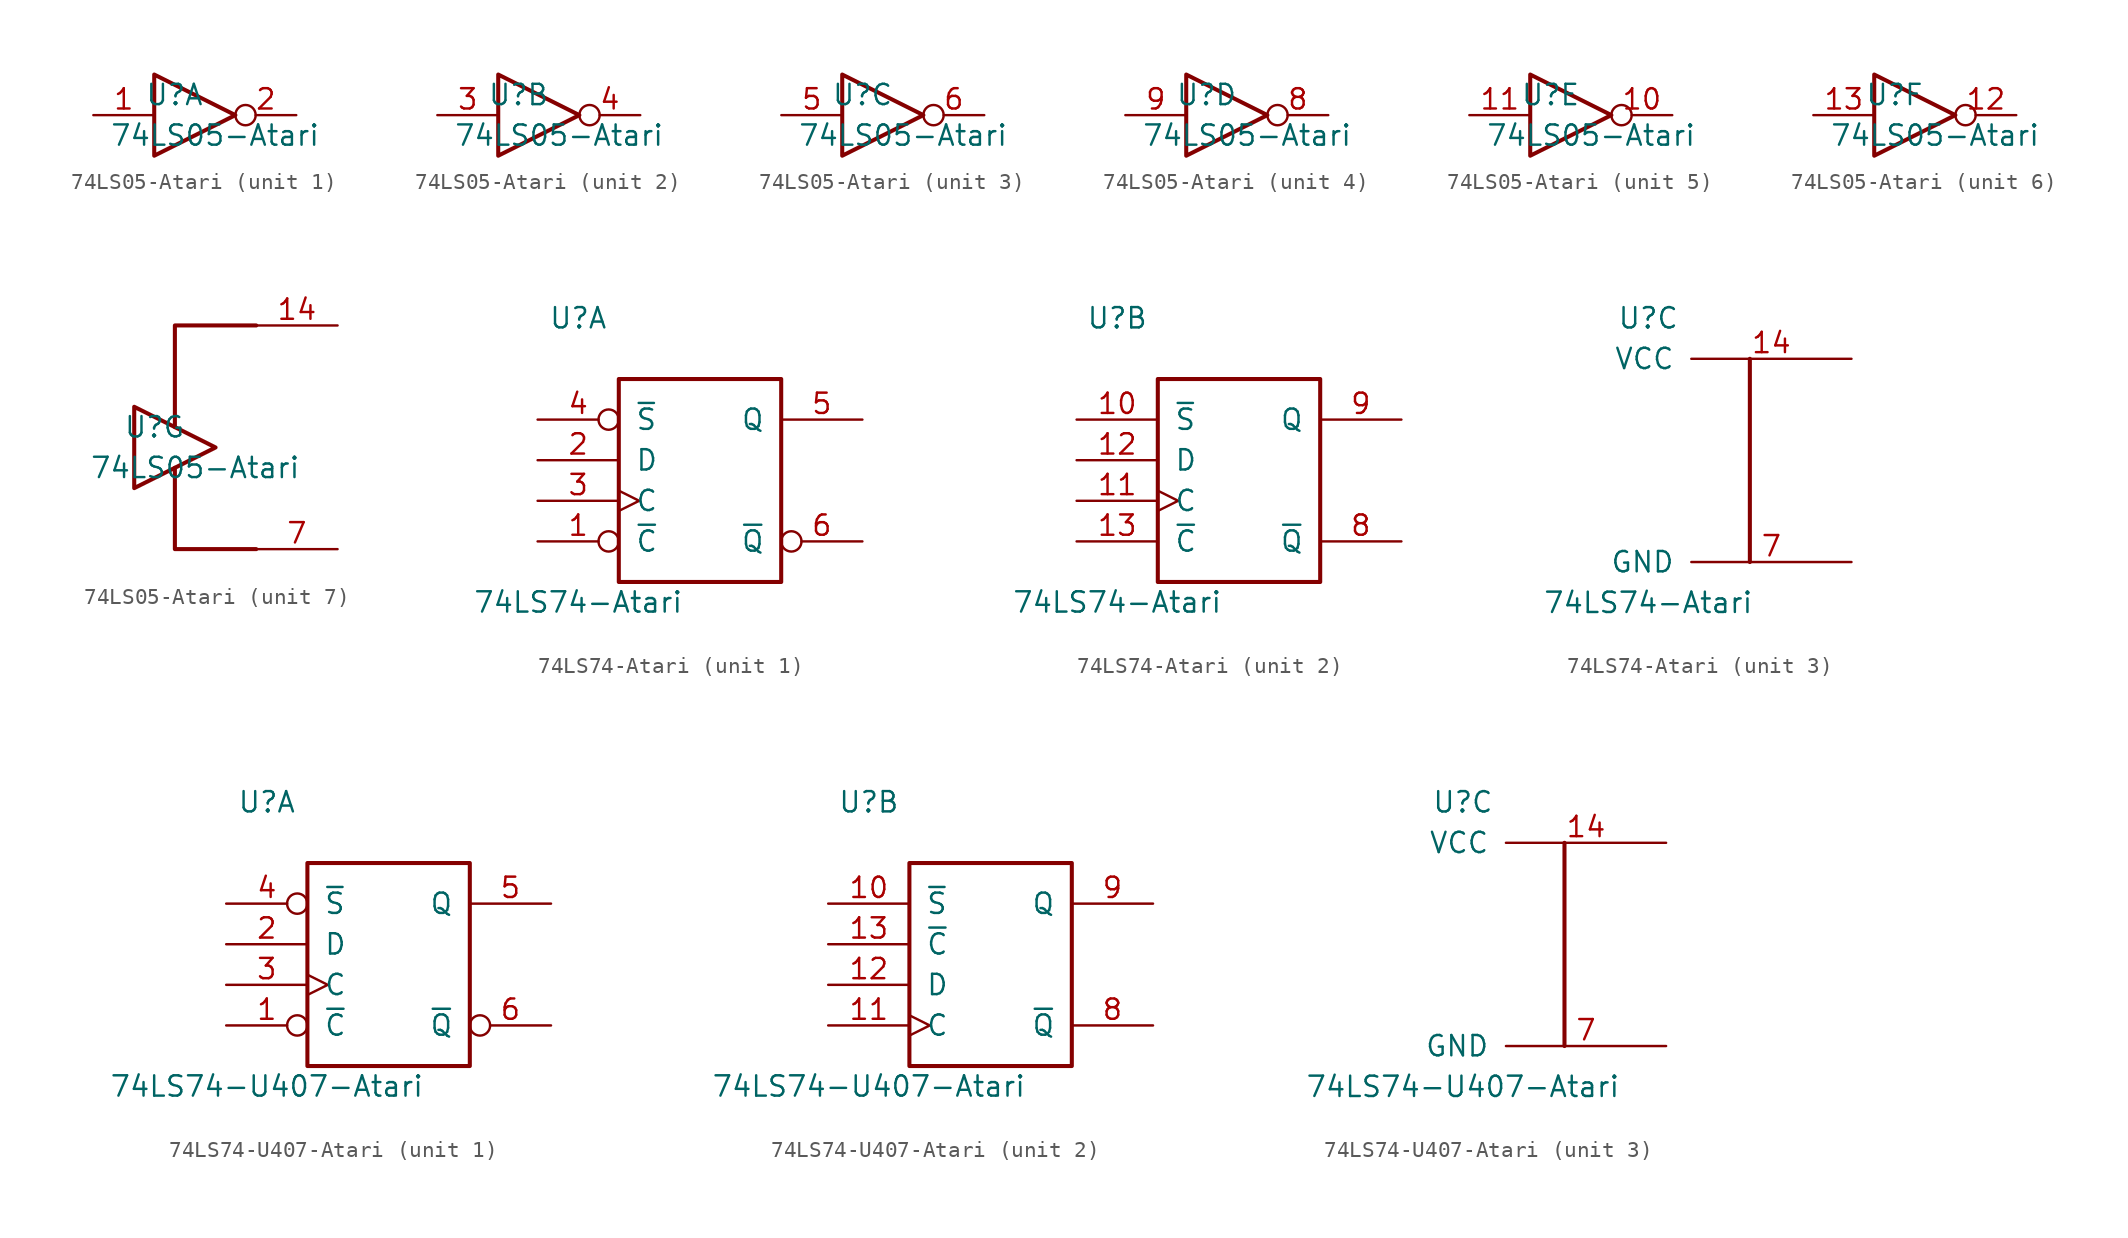
<source format=kicad_sym>
(kicad_symbol_lib
  (version 20231120)
  (generator "kicad_symbol_editor")
  (generator_version "8.0")
  (symbol "74LS05-Atari"
    (pin_names
      (offset 1.016))
    (property "Reference" "U"
      (at -1.27 1.27 0)
      (effects (font (size 1.27 1.27))))
    (property "Value" "74LS05-Atari"
      (at 1.27 -1.27 0)
      (effects (font (size 1.27 1.27))))
    (property "ki_locked" ""
      (at 0 0 0)
      (effects (font (size 1.27 1.27))))
    (symbol "74LS05-Atari_0_0"
      (polyline (pts (xy -2.54 2.54) (xy -2.54 -2.54) (xy 2.54 0) (xy -2.54 2.54)) (stroke (width 0.254) (type solid)) (fill (type none))))
    (symbol "74LS05-Atari_1_0"
      (pin input line (at -6.35 0 0) (length 3.81) (name "~" (effects (font (size 1.27 1.27)))) (number "1" (effects (font (size 1.27 1.27)))))
      (pin open_collector inverted (at 6.35 0 180) (length 3.81) (name "~" (effects (font (size 1.27 1.27)))) (number "2" (effects (font (size 1.27 1.27))))))
    (symbol "74LS05-Atari_2_0"
      (pin input line (at -6.35 0 0) (length 3.81) (name "~" (effects (font (size 1.27 1.27)))) (number "3" (effects (font (size 1.27 1.27)))))
      (pin open_collector inverted (at 6.35 0 180) (length 3.81) (name "~" (effects (font (size 1.27 1.27)))) (number "4" (effects (font (size 1.27 1.27))))))
    (symbol "74LS05-Atari_3_0"
      (pin input line (at -6.35 0 0) (length 3.81) (name "~" (effects (font (size 1.27 1.27)))) (number "5" (effects (font (size 1.27 1.27)))))
      (pin open_collector inverted (at 6.35 0 180) (length 3.81) (name "~" (effects (font (size 1.27 1.27)))) (number "6" (effects (font (size 1.27 1.27))))))
    (symbol "74LS05-Atari_4_0"
      (pin open_collector inverted (at 6.35 0 180) (length 3.81) (name "~" (effects (font (size 1.27 1.27)))) (number "8" (effects (font (size 1.27 1.27)))))
      (pin input line (at -6.35 0 0) (length 3.81) (name "~" (effects (font (size 1.27 1.27)))) (number "9" (effects (font (size 1.27 1.27))))))
    (symbol "74LS05-Atari_5_0"
      (pin open_collector inverted (at 6.35 0 180) (length 3.81) (name "~" (effects (font (size 1.27 1.27)))) (number "10" (effects (font (size 1.27 1.27)))))
      (pin input line (at -6.35 0 0) (length 3.81) (name "~" (effects (font (size 1.27 1.27)))) (number "11" (effects (font (size 1.27 1.27))))))
    (symbol "74LS05-Atari_6_0"
      (pin open_collector inverted (at 6.35 0 180) (length 3.81) (name "~" (effects (font (size 1.27 1.27)))) (number "12" (effects (font (size 1.27 1.27)))))
      (pin input line (at -6.35 0 0) (length 3.81) (name "~" (effects (font (size 1.27 1.27)))) (number "13" (effects (font (size 1.27 1.27))))))
    (symbol "74LS05-Atari_7_0"
      (polyline (pts (xy 0 -1.27) (xy 0 -6.35) (xy 5.08 -6.35)) (stroke (width 0.254) (type solid)) (fill (type none)))
      (polyline (pts (xy 0 1.27) (xy 0 7.62) (xy 5.08 7.62)) (stroke (width 0.254) (type solid)) (fill (type none)))
      (pin power_in line (at 10.16 7.62 180) (length 5.08) (name "VCC" (effects (font (size 0 0)))) (number "14" (effects (font (size 1.27 1.27)))))
      (pin power_in line (at 10.16 -6.35 180) (length 5.08) (name "GND" (effects (font (size 0 0)))) (number "7" (effects (font (size 1.27 1.27)))))))
  (symbol "74LS74-Atari"
    (pin_names
      (offset 1.016))
    (property "Reference" "U"
      (at -7.62 8.89 0)
      (effects (font (size 1.27 1.27))))
    (property "Value" "74LS74-Atari"
      (at -7.62 -8.89 0)
      (effects (font (size 1.27 1.27))))
    (property "ki_locked" ""
      (at 0 0 0)
      (effects (font (size 1.27 1.27))))
    (symbol "74LS74-Atari_1_0"
      (pin input inverted (at -10.16 -5.08 0) (length 5.08) (name "~{C}" (effects (font (size 1.27 1.27)))) (number "1" (effects (font (size 1.27 1.27)))))
      (pin input line (at -10.16 0 0) (length 5.08) (name "D" (effects (font (size 1.27 1.27)))) (number "2" (effects (font (size 1.27 1.27)))))
      (pin input clock (at -10.16 -2.54 0) (length 5.08) (name "C" (effects (font (size 1.27 1.27)))) (number "3" (effects (font (size 1.27 1.27)))))
      (pin input inverted (at -10.16 2.54 0) (length 5.08) (name "~{S}" (effects (font (size 1.27 1.27)))) (number "4" (effects (font (size 1.27 1.27)))))
      (pin output line (at 10.16 2.54 180) (length 5.08) (name "Q" (effects (font (size 1.27 1.27)))) (number "5" (effects (font (size 1.27 1.27)))))
      (pin output inverted (at 10.16 -5.08 180) (length 5.08) (name "~{Q}" (effects (font (size 1.27 1.27)))) (number "6" (effects (font (size 1.27 1.27))))))
    (symbol "74LS74-Atari_1_1"
      (rectangle (start -5.08 5.08) (end 5.08 -7.62) (stroke (width 0.254) (type solid)) (fill (type none))))
    (symbol "74LS74-Atari_2_0"
      (pin input line (at -10.16 2.54 0) (length 5.08) (name "~{S}" (effects (font (size 1.27 1.27)))) (number "10" (effects (font (size 1.27 1.27)))))
      (pin input clock (at -10.16 -2.54 0) (length 5.08) (name "C" (effects (font (size 1.27 1.27)))) (number "11" (effects (font (size 1.27 1.27)))))
      (pin input line (at -10.16 0 0) (length 5.08) (name "D" (effects (font (size 1.27 1.27)))) (number "12" (effects (font (size 1.27 1.27)))))
      (pin input line (at -10.16 -5.08 0) (length 5.08) (name "~{C}" (effects (font (size 1.27 1.27)))) (number "13" (effects (font (size 1.27 1.27)))))
      (pin output line (at 10.16 -5.08 180) (length 5.08) (name "~{Q}" (effects (font (size 1.27 1.27)))) (number "8" (effects (font (size 1.27 1.27)))))
      (pin output line (at 10.16 2.54 180) (length 5.08) (name "Q" (effects (font (size 1.27 1.27)))) (number "9" (effects (font (size 1.27 1.27))))))
    (symbol "74LS74-Atari_2_1"
      (rectangle (start -5.08 5.08) (end 5.08 -7.62) (stroke (width 0.254) (type solid)) (fill (type none))))
    (symbol "74LS74-Atari_3_0"
      (pin power_in line (at 5.08 6.35 180) (length 10.008) (name "VCC" (effects (font (size 1.27 1.27)))) (number "14" (effects (font (size 1.27 1.27)))))
      (pin power_in line (at 5.08 -6.35 180) (length 10.008) (name "GND" (effects (font (size 1.27 1.27)))) (number "7" (effects (font (size 1.27 1.27))))))
    (symbol "74LS74-Atari_3_1"
      (polyline (pts (xy -1.27 -6.35) (xy -1.27 6.35)) (stroke (width 0.254) (type solid)) (fill (type none)))))
  (symbol "74LS74-U407-Atari"
    (pin_names
      (offset 1.016))
    (property "Reference" "U"
      (at -7.62 8.89 0)
      (effects (font (size 1.27 1.27))))
    (property "Value" "74LS74-U407-Atari"
      (at -7.62 -8.89 0)
      (effects (font (size 1.27 1.27))))
    (property "ki_locked" ""
      (at 0 0 0)
      (effects (font (size 1.27 1.27))))
    (symbol "74LS74-U407-Atari_1_0"
      (pin input inverted (at -10.16 -5.08 0) (length 5.08) (name "~{C}" (effects (font (size 1.27 1.27)))) (number "1" (effects (font (size 1.27 1.27)))))
      (pin input line (at -10.16 0 0) (length 5.08) (name "D" (effects (font (size 1.27 1.27)))) (number "2" (effects (font (size 1.27 1.27)))))
      (pin input clock (at -10.16 -2.54 0) (length 5.08) (name "C" (effects (font (size 1.27 1.27)))) (number "3" (effects (font (size 1.27 1.27)))))
      (pin input inverted (at -10.16 2.54 0) (length 5.08) (name "~{S}" (effects (font (size 1.27 1.27)))) (number "4" (effects (font (size 1.27 1.27)))))
      (pin output line (at 10.16 2.54 180) (length 5.08) (name "Q" (effects (font (size 1.27 1.27)))) (number "5" (effects (font (size 1.27 1.27)))))
      (pin output inverted (at 10.16 -5.08 180) (length 5.08) (name "~{Q}" (effects (font (size 1.27 1.27)))) (number "6" (effects (font (size 1.27 1.27))))))
    (symbol "74LS74-U407-Atari_1_1"
      (rectangle (start -5.08 5.08) (end 5.08 -7.62) (stroke (width 0.254) (type solid)) (fill (type none))))
    (symbol "74LS74-U407-Atari_2_0"
      (pin input line (at -10.16 2.54 0) (length 5.08) (name "~{S}" (effects (font (size 1.27 1.27)))) (number "10" (effects (font (size 1.27 1.27)))))
      (pin input clock (at -10.16 -5.08 0) (length 5.08) (name "C" (effects (font (size 1.27 1.27)))) (number "11" (effects (font (size 1.27 1.27)))))
      (pin input line (at -10.16 -2.54 0) (length 5.08) (name "D" (effects (font (size 1.27 1.27)))) (number "12" (effects (font (size 1.27 1.27)))))
      (pin input line (at -10.16 0 0) (length 5.08) (name "~{C}" (effects (font (size 1.27 1.27)))) (number "13" (effects (font (size 1.27 1.27)))))
      (pin output line (at 10.16 -5.08 180) (length 5.08) (name "~{Q}" (effects (font (size 1.27 1.27)))) (number "8" (effects (font (size 1.27 1.27)))))
      (pin output line (at 10.16 2.54 180) (length 5.08) (name "Q" (effects (font (size 1.27 1.27)))) (number "9" (effects (font (size 1.27 1.27))))))
    (symbol "74LS74-U407-Atari_2_1"
      (rectangle (start -5.08 5.08) (end 5.08 -7.62) (stroke (width 0.254) (type solid)) (fill (type none))))
    (symbol "74LS74-U407-Atari_3_0"
      (pin power_in line (at 5.08 6.35 180) (length 10.008) (name "VCC" (effects (font (size 1.27 1.27)))) (number "14" (effects (font (size 1.27 1.27)))))
      (pin power_in line (at 5.08 -6.35 180) (length 10.008) (name "GND" (effects (font (size 1.27 1.27)))) (number "7" (effects (font (size 1.27 1.27))))))
    (symbol "74LS74-U407-Atari_3_1"
      (polyline (pts (xy -1.27 -6.35) (xy -1.27 6.35)) (stroke (width 0.254) (type solid)) (fill (type none))))))
</source>
